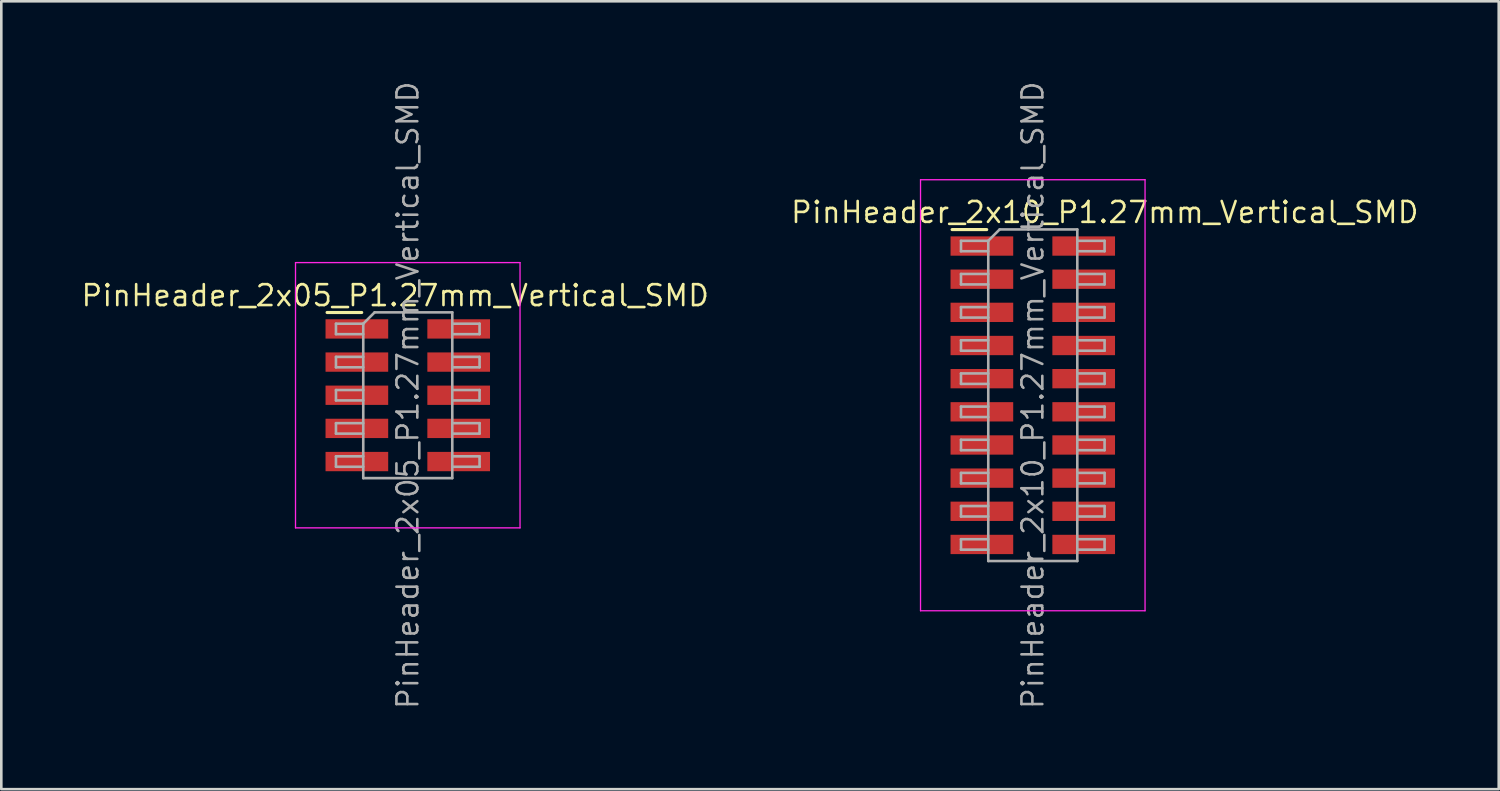
<source format=kicad_pcb>
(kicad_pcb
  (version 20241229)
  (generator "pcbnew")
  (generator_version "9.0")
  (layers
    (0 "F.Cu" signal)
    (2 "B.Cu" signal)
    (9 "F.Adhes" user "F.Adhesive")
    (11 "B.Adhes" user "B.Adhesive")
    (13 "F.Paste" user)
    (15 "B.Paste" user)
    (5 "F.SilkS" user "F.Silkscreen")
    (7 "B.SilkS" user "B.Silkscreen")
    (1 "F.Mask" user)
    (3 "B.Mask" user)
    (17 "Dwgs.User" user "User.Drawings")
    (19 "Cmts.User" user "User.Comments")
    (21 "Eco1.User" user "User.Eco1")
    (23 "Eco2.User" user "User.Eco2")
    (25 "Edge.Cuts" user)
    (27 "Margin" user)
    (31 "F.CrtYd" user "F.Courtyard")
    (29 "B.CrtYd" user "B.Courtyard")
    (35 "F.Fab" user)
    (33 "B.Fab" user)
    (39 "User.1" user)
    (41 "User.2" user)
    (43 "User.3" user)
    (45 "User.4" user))
  (footprint "PinHeader_2x10_P1.27mm_Vertical_SMD"
    (layer "F.Cu")
    (at 36.509 12.089)
    (property "Reference" "PinHeader_2x10_P1.27mm_Vertical_SMD" (at 2.759 -7.006 0) (layer "F.SilkS") (effects (font (size 0.8 0.8) (thickness 0.1))))
    (attr smd)
    (fp_line (start -3.09 -6.345) (end -1.765 -6.345) (stroke (width 0.12) (type solid)) (layer "F.SilkS"))
    (fp_line (start -4.3 -8.255) (end -4.3 8.255) (stroke (width 0.05) (type solid)) (layer "F.CrtYd"))
    (fp_line (start -4.3 8.255) (end 4.3 8.255) (stroke (width 0.05) (type solid)) (layer "F.CrtYd"))
    (fp_line (start 4.3 -8.255) (end -4.3 -8.255) (stroke (width 0.05) (type solid)) (layer "F.CrtYd"))
    (fp_line (start 4.3 8.255) (end 4.3 -8.255) (stroke (width 0.05) (type solid)) (layer "F.CrtYd"))
    (fp_line (start -2.75 -5.915) (end -2.75 -5.515) (stroke (width 0.1) (type solid)) (layer "F.Fab"))
    (fp_line (start -2.75 -5.515) (end -1.705 -5.515) (stroke (width 0.1) (type solid)) (layer "F.Fab"))
    (fp_line (start -2.75 -4.645) (end -2.75 -4.245) (stroke (width 0.1) (type solid)) (layer "F.Fab"))
    (fp_line (start -2.75 -4.245) (end -1.705 -4.245) (stroke (width 0.1) (type solid)) (layer "F.Fab"))
    (fp_line (start -2.75 -3.375) (end -2.75 -2.975) (stroke (width 0.1) (type solid)) (layer "F.Fab"))
    (fp_line (start -2.75 -2.975) (end -1.705 -2.975) (stroke (width 0.1) (type solid)) (layer "F.Fab"))
    (fp_line (start -2.75 -2.105) (end -2.75 -1.705) (stroke (width 0.1) (type solid)) (layer "F.Fab"))
    (fp_line (start -2.75 -1.705) (end -1.705 -1.705) (stroke (width 0.1) (type solid)) (layer "F.Fab"))
    (fp_line (start -2.75 -0.835) (end -2.75 -0.435) (stroke (width 0.1) (type solid)) (layer "F.Fab"))
    (fp_line (start -2.75 -0.435) (end -1.705 -0.435) (stroke (width 0.1) (type solid)) (layer "F.Fab"))
    (fp_line (start -2.75 0.435) (end -2.75 0.835) (stroke (width 0.1) (type solid)) (layer "F.Fab"))
    (fp_line (start -2.75 0.835) (end -1.705 0.835) (stroke (width 0.1) (type solid)) (layer "F.Fab"))
    (fp_line (start -2.75 1.705) (end -2.75 2.105) (stroke (width 0.1) (type solid)) (layer "F.Fab"))
    (fp_line (start -2.75 2.105) (end -1.705 2.105) (stroke (width 0.1) (type solid)) (layer "F.Fab"))
    (fp_line (start -2.75 2.975) (end -2.75 3.375) (stroke (width 0.1) (type solid)) (layer "F.Fab"))
    (fp_line (start -2.75 3.375) (end -1.705 3.375) (stroke (width 0.1) (type solid)) (layer "F.Fab"))
    (fp_line (start -2.75 4.245) (end -2.75 4.645) (stroke (width 0.1) (type solid)) (layer "F.Fab"))
    (fp_line (start -2.75 4.645) (end -1.705 4.645) (stroke (width 0.1) (type solid)) (layer "F.Fab"))
    (fp_line (start -2.75 5.515) (end -2.75 5.915) (stroke (width 0.1) (type solid)) (layer "F.Fab"))
    (fp_line (start -2.75 5.915) (end -1.705 5.915) (stroke (width 0.1) (type solid)) (layer "F.Fab"))
    (fp_line (start -1.705 -5.915) (end -2.75 -5.915) (stroke (width 0.1) (type solid)) (layer "F.Fab"))
    (fp_line (start -1.705 -5.915) (end -1.27 -6.35) (stroke (width 0.1) (type solid)) (layer "F.Fab"))
    (fp_line (start -1.705 -4.645) (end -2.75 -4.645) (stroke (width 0.1) (type solid)) (layer "F.Fab"))
    (fp_line (start -1.705 -3.375) (end -2.75 -3.375) (stroke (width 0.1) (type solid)) (layer "F.Fab"))
    (fp_line (start -1.705 -2.105) (end -2.75 -2.105) (stroke (width 0.1) (type solid)) (layer "F.Fab"))
    (fp_line (start -1.705 -0.835) (end -2.75 -0.835) (stroke (width 0.1) (type solid)) (layer "F.Fab"))
    (fp_line (start -1.705 0.435) (end -2.75 0.435) (stroke (width 0.1) (type solid)) (layer "F.Fab"))
    (fp_line (start -1.705 1.705) (end -2.75 1.705) (stroke (width 0.1) (type solid)) (layer "F.Fab"))
    (fp_line (start -1.705 2.975) (end -2.75 2.975) (stroke (width 0.1) (type solid)) (layer "F.Fab"))
    (fp_line (start -1.705 4.245) (end -2.75 4.245) (stroke (width 0.1) (type solid)) (layer "F.Fab"))
    (fp_line (start -1.705 5.515) (end -2.75 5.515) (stroke (width 0.1) (type solid)) (layer "F.Fab"))
    (fp_line (start -1.705 6.35) (end -1.705 -5.915) (stroke (width 0.1) (type solid)) (layer "F.Fab"))
    (fp_line (start -1.27 -6.35) (end 1.705 -6.35) (stroke (width 0.1) (type solid)) (layer "F.Fab"))
    (fp_line (start 1.705 -6.35) (end 1.705 6.35) (stroke (width 0.1) (type solid)) (layer "F.Fab"))
    (fp_line (start 1.705 -5.915) (end 2.75 -5.915) (stroke (width 0.1) (type solid)) (layer "F.Fab"))
    (fp_line (start 1.705 -4.645) (end 2.75 -4.645) (stroke (width 0.1) (type solid)) (layer "F.Fab"))
    (fp_line (start 1.705 -3.375) (end 2.75 -3.375) (stroke (width 0.1) (type solid)) (layer "F.Fab"))
    (fp_line (start 1.705 -2.105) (end 2.75 -2.105) (stroke (width 0.1) (type solid)) (layer "F.Fab"))
    (fp_line (start 1.705 -0.835) (end 2.75 -0.835) (stroke (width 0.1) (type solid)) (layer "F.Fab"))
    (fp_line (start 1.705 0.435) (end 2.75 0.435) (stroke (width 0.1) (type solid)) (layer "F.Fab"))
    (fp_line (start 1.705 1.705) (end 2.75 1.705) (stroke (width 0.1) (type solid)) (layer "F.Fab"))
    (fp_line (start 1.705 2.975) (end 2.75 2.975) (stroke (width 0.1) (type solid)) (layer "F.Fab"))
    (fp_line (start 1.705 4.245) (end 2.75 4.245) (stroke (width 0.1) (type solid)) (layer "F.Fab"))
    (fp_line (start 1.705 5.515) (end 2.75 5.515) (stroke (width 0.1) (type solid)) (layer "F.Fab"))
    (fp_line (start 1.705 6.35) (end -1.705 6.35) (stroke (width 0.1) (type solid)) (layer "F.Fab"))
    (fp_line (start 2.75 -5.915) (end 2.75 -5.515) (stroke (width 0.1) (type solid)) (layer "F.Fab"))
    (fp_line (start 2.75 -5.515) (end 1.705 -5.515) (stroke (width 0.1) (type solid)) (layer "F.Fab"))
    (fp_line (start 2.75 -4.645) (end 2.75 -4.245) (stroke (width 0.1) (type solid)) (layer "F.Fab"))
    (fp_line (start 2.75 -4.245) (end 1.705 -4.245) (stroke (width 0.1) (type solid)) (layer "F.Fab"))
    (fp_line (start 2.75 -3.375) (end 2.75 -2.975) (stroke (width 0.1) (type solid)) (layer "F.Fab"))
    (fp_line (start 2.75 -2.975) (end 1.705 -2.975) (stroke (width 0.1) (type solid)) (layer "F.Fab"))
    (fp_line (start 2.75 -2.105) (end 2.75 -1.705) (stroke (width 0.1) (type solid)) (layer "F.Fab"))
    (fp_line (start 2.75 -1.705) (end 1.705 -1.705) (stroke (width 0.1) (type solid)) (layer "F.Fab"))
    (fp_line (start 2.75 -0.835) (end 2.75 -0.435) (stroke (width 0.1) (type solid)) (layer "F.Fab"))
    (fp_line (start 2.75 -0.435) (end 1.705 -0.435) (stroke (width 0.1) (type solid)) (layer "F.Fab"))
    (fp_line (start 2.75 0.435) (end 2.75 0.835) (stroke (width 0.1) (type solid)) (layer "F.Fab"))
    (fp_line (start 2.75 0.835) (end 1.705 0.835) (stroke (width 0.1) (type solid)) (layer "F.Fab"))
    (fp_line (start 2.75 1.705) (end 2.75 2.105) (stroke (width 0.1) (type solid)) (layer "F.Fab"))
    (fp_line (start 2.75 2.105) (end 1.705 2.105) (stroke (width 0.1) (type solid)) (layer "F.Fab"))
    (fp_line (start 2.75 2.975) (end 2.75 3.375) (stroke (width 0.1) (type solid)) (layer "F.Fab"))
    (fp_line (start 2.75 3.375) (end 1.705 3.375) (stroke (width 0.1) (type solid)) (layer "F.Fab"))
    (fp_line (start 2.75 4.245) (end 2.75 4.645) (stroke (width 0.1) (type solid)) (layer "F.Fab"))
    (fp_line (start 2.75 4.645) (end 1.705 4.645) (stroke (width 0.1) (type solid)) (layer "F.Fab"))
    (fp_line (start 2.75 5.515) (end 2.75 5.915) (stroke (width 0.1) (type solid)) (layer "F.Fab"))
    (fp_line (start 2.75 5.915) (end 1.705 5.915) (stroke (width 0.1) (type solid)) (layer "F.Fab"))
    (fp_text user "${REFERENCE}" (at 0 0 90) (layer "F.Fab") (effects (font (size 0.8 0.8) (thickness 0.1))))
    (pad "1" smd rect (at -1.95 -5.715) (size 2.4 0.74) (layers "F.Cu" "F.Mask" "F.Paste"))
    (pad "2" smd rect (at 1.95 -5.715) (size 2.4 0.74) (layers "F.Cu" "F.Mask" "F.Paste"))
    (pad "3" smd rect (at -1.95 -4.445) (size 2.4 0.74) (layers "F.Cu" "F.Mask" "F.Paste"))
    (pad "4" smd rect (at 1.95 -4.445) (size 2.4 0.74) (layers "F.Cu" "F.Mask" "F.Paste"))
    (pad "5" smd rect (at -1.95 -3.175) (size 2.4 0.74) (layers "F.Cu" "F.Mask" "F.Paste"))
    (pad "6" smd rect (at 1.95 -3.175) (size 2.4 0.74) (layers "F.Cu" "F.Mask" "F.Paste"))
    (pad "7" smd rect (at -1.95 -1.905) (size 2.4 0.74) (layers "F.Cu" "F.Mask" "F.Paste"))
    (pad "8" smd rect (at 1.95 -1.905) (size 2.4 0.74) (layers "F.Cu" "F.Mask" "F.Paste"))
    (pad "9" smd rect (at -1.95 -0.635) (size 2.4 0.74) (layers "F.Cu" "F.Mask" "F.Paste"))
    (pad "10" smd rect (at 1.95 -0.635) (size 2.4 0.74) (layers "F.Cu" "F.Mask" "F.Paste"))
    (pad "11" smd rect (at -1.95 0.635) (size 2.4 0.74) (layers "F.Cu" "F.Mask" "F.Paste"))
    (pad "12" smd rect (at 1.95 0.635) (size 2.4 0.74) (layers "F.Cu" "F.Mask" "F.Paste"))
    (pad "13" smd rect (at -1.95 1.905) (size 2.4 0.74) (layers "F.Cu" "F.Mask" "F.Paste"))
    (pad "14" smd rect (at 1.95 1.905) (size 2.4 0.74) (layers "F.Cu" "F.Mask" "F.Paste"))
    (pad "15" smd rect (at -1.95 3.175) (size 2.4 0.74) (layers "F.Cu" "F.Mask" "F.Paste"))
    (pad "16" smd rect (at 1.95 3.175) (size 2.4 0.74) (layers "F.Cu" "F.Mask" "F.Paste"))
    (pad "17" smd rect (at -1.95 4.445) (size 2.4 0.74) (layers "F.Cu" "F.Mask" "F.Paste"))
    (pad "18" smd rect (at 1.95 4.445) (size 2.4 0.74) (layers "F.Cu" "F.Mask" "F.Paste"))
    (pad "19" smd rect (at -1.95 5.715) (size 2.4 0.74) (layers "F.Cu" "F.Mask" "F.Paste"))
    (pad "20" smd rect (at 1.95 5.715) (size 2.4 0.74) (layers "F.Cu" "F.Mask" "F.Paste")))
  (footprint "PinHeader_2x05_P1.27mm_Vertical_SMD"
    (layer "F.Cu")
    (at 12.569 12.089)
    (property "Reference" "PinHeader_2x05_P1.27mm_Vertical_SMD" (at -0.48 -3.82 0) (layer "F.SilkS") (effects (font (size 0.8 0.8) (thickness 0.1))))
    (attr smd)
    (fp_line (start -3.09 -3.17) (end -1.765 -3.17) (stroke (width 0.12) (type solid)) (layer "F.SilkS"))
    (fp_line (start -4.3 -5.08) (end -4.3 5.08) (stroke (width 0.05) (type solid)) (layer "F.CrtYd"))
    (fp_line (start -4.3 5.08) (end 4.3 5.08) (stroke (width 0.05) (type solid)) (layer "F.CrtYd"))
    (fp_line (start 4.3 -5.08) (end -4.3 -5.08) (stroke (width 0.05) (type solid)) (layer "F.CrtYd"))
    (fp_line (start 4.3 5.08) (end 4.3 -5.08) (stroke (width 0.05) (type solid)) (layer "F.CrtYd"))
    (fp_line (start -2.75 -2.74) (end -2.75 -2.34) (stroke (width 0.1) (type solid)) (layer "F.Fab"))
    (fp_line (start -2.75 -2.34) (end -1.705 -2.34) (stroke (width 0.1) (type solid)) (layer "F.Fab"))
    (fp_line (start -2.75 -1.47) (end -2.75 -1.07) (stroke (width 0.1) (type solid)) (layer "F.Fab"))
    (fp_line (start -2.75 -1.07) (end -1.705 -1.07) (stroke (width 0.1) (type solid)) (layer "F.Fab"))
    (fp_line (start -2.75 -0.2) (end -2.75 0.2) (stroke (width 0.1) (type solid)) (layer "F.Fab"))
    (fp_line (start -2.75 0.2) (end -1.705 0.2) (stroke (width 0.1) (type solid)) (layer "F.Fab"))
    (fp_line (start -2.75 1.07) (end -2.75 1.47) (stroke (width 0.1) (type solid)) (layer "F.Fab"))
    (fp_line (start -2.75 1.47) (end -1.705 1.47) (stroke (width 0.1) (type solid)) (layer "F.Fab"))
    (fp_line (start -2.75 2.34) (end -2.75 2.74) (stroke (width 0.1) (type solid)) (layer "F.Fab"))
    (fp_line (start -2.75 2.74) (end -1.705 2.74) (stroke (width 0.1) (type solid)) (layer "F.Fab"))
    (fp_line (start -1.705 -2.74) (end -2.75 -2.74) (stroke (width 0.1) (type solid)) (layer "F.Fab"))
    (fp_line (start -1.705 -2.74) (end -1.27 -3.175) (stroke (width 0.1) (type solid)) (layer "F.Fab"))
    (fp_line (start -1.705 -1.47) (end -2.75 -1.47) (stroke (width 0.1) (type solid)) (layer "F.Fab"))
    (fp_line (start -1.705 -0.2) (end -2.75 -0.2) (stroke (width 0.1) (type solid)) (layer "F.Fab"))
    (fp_line (start -1.705 1.07) (end -2.75 1.07) (stroke (width 0.1) (type solid)) (layer "F.Fab"))
    (fp_line (start -1.705 2.34) (end -2.75 2.34) (stroke (width 0.1) (type solid)) (layer "F.Fab"))
    (fp_line (start -1.705 3.175) (end -1.705 -2.74) (stroke (width 0.1) (type solid)) (layer "F.Fab"))
    (fp_line (start -1.27 -3.175) (end 1.705 -3.175) (stroke (width 0.1) (type solid)) (layer "F.Fab"))
    (fp_line (start 1.705 -3.175) (end 1.705 3.175) (stroke (width 0.1) (type solid)) (layer "F.Fab"))
    (fp_line (start 1.705 -2.74) (end 2.75 -2.74) (stroke (width 0.1) (type solid)) (layer "F.Fab"))
    (fp_line (start 1.705 -1.47) (end 2.75 -1.47) (stroke (width 0.1) (type solid)) (layer "F.Fab"))
    (fp_line (start 1.705 -0.2) (end 2.75 -0.2) (stroke (width 0.1) (type solid)) (layer "F.Fab"))
    (fp_line (start 1.705 1.07) (end 2.75 1.07) (stroke (width 0.1) (type solid)) (layer "F.Fab"))
    (fp_line (start 1.705 2.34) (end 2.75 2.34) (stroke (width 0.1) (type solid)) (layer "F.Fab"))
    (fp_line (start 1.705 3.175) (end -1.705 3.175) (stroke (width 0.1) (type solid)) (layer "F.Fab"))
    (fp_line (start 2.75 -2.74) (end 2.75 -2.34) (stroke (width 0.1) (type solid)) (layer "F.Fab"))
    (fp_line (start 2.75 -2.34) (end 1.705 -2.34) (stroke (width 0.1) (type solid)) (layer "F.Fab"))
    (fp_line (start 2.75 -1.47) (end 2.75 -1.07) (stroke (width 0.1) (type solid)) (layer "F.Fab"))
    (fp_line (start 2.75 -1.07) (end 1.705 -1.07) (stroke (width 0.1) (type solid)) (layer "F.Fab"))
    (fp_line (start 2.75 -0.2) (end 2.75 0.2) (stroke (width 0.1) (type solid)) (layer "F.Fab"))
    (fp_line (start 2.75 0.2) (end 1.705 0.2) (stroke (width 0.1) (type solid)) (layer "F.Fab"))
    (fp_line (start 2.75 1.07) (end 2.75 1.47) (stroke (width 0.1) (type solid)) (layer "F.Fab"))
    (fp_line (start 2.75 1.47) (end 1.705 1.47) (stroke (width 0.1) (type solid)) (layer "F.Fab"))
    (fp_line (start 2.75 2.34) (end 2.75 2.74) (stroke (width 0.1) (type solid)) (layer "F.Fab"))
    (fp_line (start 2.75 2.74) (end 1.705 2.74) (stroke (width 0.1) (type solid)) (layer "F.Fab"))
    (fp_text user "${REFERENCE}" (at 0 0 90) (layer "F.Fab") (effects (font (size 0.8 0.8) (thickness 0.1))))
    (pad "1" smd rect (at -1.95 -2.54) (size 2.4 0.74) (layers "F.Cu" "F.Mask" "F.Paste"))
    (pad "2" smd rect (at 1.95 -2.54) (size 2.4 0.74) (layers "F.Cu" "F.Mask" "F.Paste"))
    (pad "3" smd rect (at -1.95 -1.27) (size 2.4 0.74) (layers "F.Cu" "F.Mask" "F.Paste"))
    (pad "4" smd rect (at 1.95 -1.27) (size 2.4 0.74) (layers "F.Cu" "F.Mask" "F.Paste"))
    (pad "5" smd rect (at -1.95 0) (size 2.4 0.74) (layers "F.Cu" "F.Mask" "F.Paste"))
    (pad "6" smd rect (at 1.95 0) (size 2.4 0.74) (layers "F.Cu" "F.Mask" "F.Paste"))
    (pad "7" smd rect (at -1.95 1.27) (size 2.4 0.74) (layers "F.Cu" "F.Mask" "F.Paste"))
    (pad "8" smd rect (at 1.95 1.27) (size 2.4 0.74) (layers "F.Cu" "F.Mask" "F.Paste"))
    (pad "9" smd rect (at -1.95 2.54) (size 2.4 0.74) (layers "F.Cu" "F.Mask" "F.Paste"))
    (pad "10" smd rect (at 1.95 2.54) (size 2.4 0.74) (layers "F.Cu" "F.Mask" "F.Paste")))
  (gr_rect
    (start -3 -3)
    (end 54.356 27.178)
    (stroke (width 0.1) (type default))
    (fill no)
    (layer "Edge.Cuts")))
</source>
